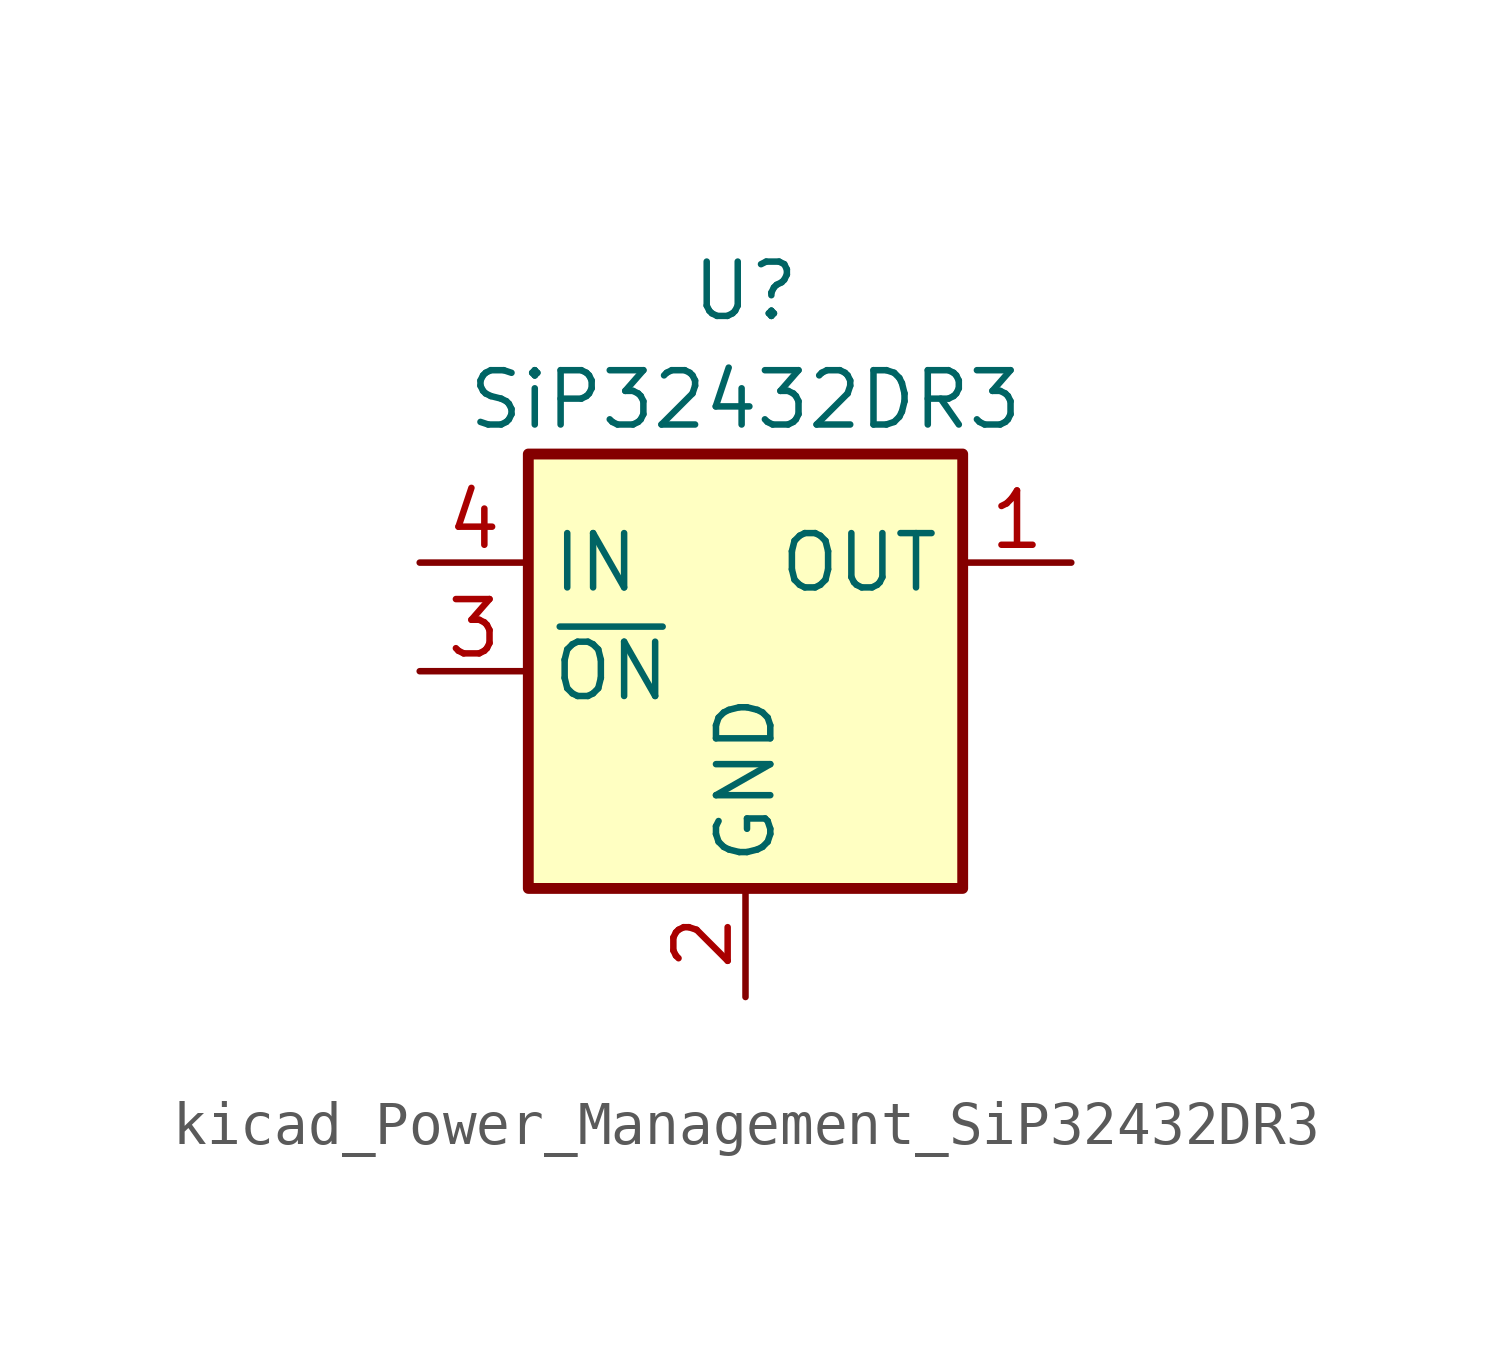
<source format=kicad_sym>
(kicad_symbol_lib
  (version 20220914)
  (generator kicad_symbol_editor)
  (symbol "kicad_Power_Management_SiP32432DR3"
    (property "Reference" "U"
      (at 0 8.89 0)
      (effects (font (size 1.27 1.27))))
    (property "Value" "SiP32432DR3"
      (at 0 6.35 0)
      (effects (font (size 1.27 1.27))))
    (symbol "kicad_Power_Management_SiP32432DR3_0_1"
      (rectangle (start -5.08 5.08) (end 5.08 -5.08) (stroke (width 0.254) (type default)) (fill (type background))))
    (symbol "kicad_Power_Management_SiP32432DR3_1_1"
      (pin passive line (at 7.62 2.54 180) (length 2.54) (name "OUT" (effects (font (size 1.27 1.27)))) (number "1" (effects (font (size 1.27 1.27)))))
      (pin power_in line (at 0 -7.62 90) (length 2.54) (name "GND" (effects (font (size 1.27 1.27)))) (number "2" (effects (font (size 1.27 1.27)))))
      (pin input line (at -7.62 0 0) (length 2.54) (name "~{ON}" (effects (font (size 1.27 1.27)))) (number "3" (effects (font (size 1.27 1.27)))))
      (pin passive line (at -7.62 2.54 0) (length 2.54) (name "IN" (effects (font (size 1.27 1.27)))) (number "4" (effects (font (size 1.27 1.27)))))
      (pin passive line (at 0 -7.62 90) (length 2.54) hide (name "GND" (effects (font (size 1.27 1.27)))) (number "5" (effects (font (size 1.27 1.27)))))
      (pin no_connect line (at 5.08 0 180) (length 2.54) hide (name "NC" (effects (font (size 1.27 1.27)))) (number "6" (effects (font (size 1.27 1.27))))))))
</source>
